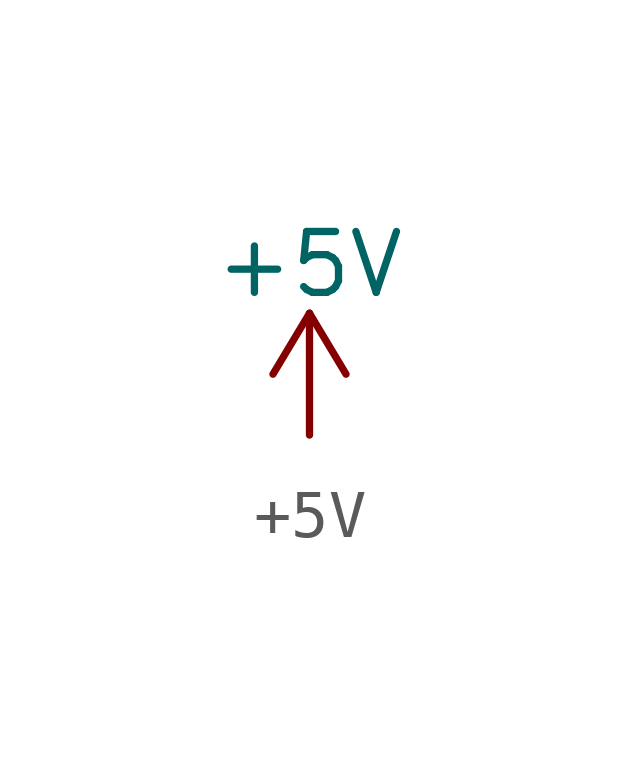
<source format=kicad_sym>
(kicad_symbol_lib
  (version 20241209)
  (generator "kicad_symbol_editor")
  (generator_version "9.0")
  (symbol "+5V"
    (power)
    (pin_names
      (offset 0))
    (property "Reference" "#PWR"
      (at 0 -3.81 0)
      (effects (font (size 1.27 1.27)) (hide yes)))
    (property "Value" "+5V"
      (at 0 3.556 0)
      (effects (font (size 1.27 1.27))))
    (property "Footprint" ""
      (at 0 0 0)
      (effects (font (size 1.27 1.27))))
    (property "Datasheet" ""
      (at 0 0 0)
      (effects (font (size 1.27 1.27))))
    (symbol "+5V_0_1"
      (polyline (pts (xy -0.762 1.27) (xy 0 2.54)) (stroke (width 0) (type solid)) (fill (type none)))
      (polyline (pts (xy 0 2.54) (xy 0.762 1.27)) (stroke (width 0) (type solid)) (fill (type none)))
      (polyline (pts (xy 0 0) (xy 0 2.54)) (stroke (width 0) (type solid)) (fill (type none))))
    (symbol "+5V_1_1"
      (pin power_in line (at 0 0 90) (length 0) (hide yes) (name "+5V" (effects (font (size 1.27 1.27)))) (number "1" (effects (font (size 1.27 1.27))))))))
</source>
